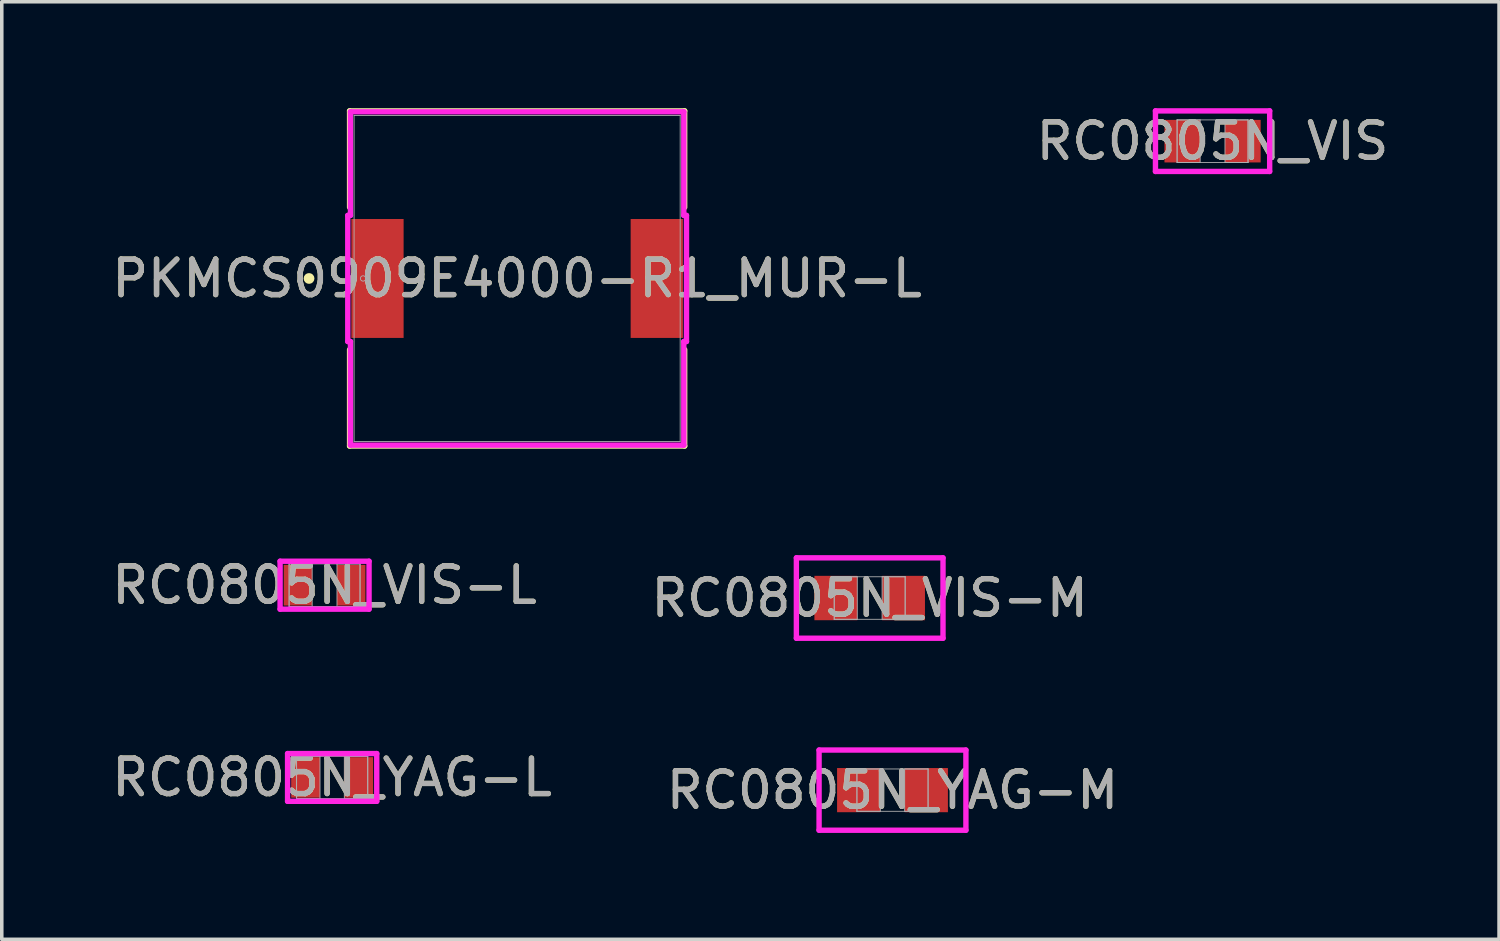
<source format=kicad_pcb>
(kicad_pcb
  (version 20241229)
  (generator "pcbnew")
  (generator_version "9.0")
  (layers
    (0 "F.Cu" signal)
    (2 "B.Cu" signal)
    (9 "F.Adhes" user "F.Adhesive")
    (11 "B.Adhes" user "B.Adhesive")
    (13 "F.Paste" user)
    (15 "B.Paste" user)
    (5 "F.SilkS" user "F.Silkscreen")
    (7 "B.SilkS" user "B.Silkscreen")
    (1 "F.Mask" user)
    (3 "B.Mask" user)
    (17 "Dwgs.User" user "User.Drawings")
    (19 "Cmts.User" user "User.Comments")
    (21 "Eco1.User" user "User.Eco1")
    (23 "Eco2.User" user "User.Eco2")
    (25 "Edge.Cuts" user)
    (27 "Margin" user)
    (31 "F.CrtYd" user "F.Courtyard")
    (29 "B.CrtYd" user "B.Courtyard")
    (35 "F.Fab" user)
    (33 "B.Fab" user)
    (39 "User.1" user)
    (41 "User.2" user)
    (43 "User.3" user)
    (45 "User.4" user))
  (footprint "RC0805N_VIS-M"
    (layer "F.Cu")
    (at 21.47 13.811)
    (property "Reference" "RC0805N_VIS-M" (at 0 0 0) (unlocked yes) (layer "F.SilkS") (effects (font (size 1 1) (thickness 0.15))))
    (attr smd)
    (fp_line (start -2.067 -1.133) (end 2.067 -1.133) (stroke (width 0.152) (type solid)) (layer "F.CrtYd"))
    (fp_line (start -2.067 1.133) (end -2.067 -1.133) (stroke (width 0.152) (type solid)) (layer "F.CrtYd"))
    (fp_line (start 2.067 -1.133) (end 2.067 1.133) (stroke (width 0.152) (type solid)) (layer "F.CrtYd"))
    (fp_line (start 2.067 1.133) (end -2.067 1.133) (stroke (width 0.152) (type solid)) (layer "F.CrtYd"))
    (fp_line (start -1 -0.6) (end -1 0.6) (stroke (width 0.025) (type solid)) (layer "F.Fab"))
    (fp_line (start -1 -0.6) (end -1 0.6) (stroke (width 0.025) (type solid)) (layer "F.Fab"))
    (fp_line (start -1 0.6) (end -0.35 0.6) (stroke (width 0.025) (type solid)) (layer "F.Fab"))
    (fp_line (start -1 0.6) (end 1 0.6) (stroke (width 0.025) (type solid)) (layer "F.Fab"))
    (fp_line (start -0.35 -0.6) (end -1 -0.6) (stroke (width 0.025) (type solid)) (layer "F.Fab"))
    (fp_line (start -0.35 0.6) (end -0.35 -0.6) (stroke (width 0.025) (type solid)) (layer "F.Fab"))
    (fp_line (start 0.35 -0.6) (end 0.35 0.6) (stroke (width 0.025) (type solid)) (layer "F.Fab"))
    (fp_line (start 0.35 0.6) (end 1 0.6) (stroke (width 0.025) (type solid)) (layer "F.Fab"))
    (fp_line (start 1 -0.6) (end -1 -0.6) (stroke (width 0.025) (type solid)) (layer "F.Fab"))
    (fp_line (start 1 -0.6) (end 0.35 -0.6) (stroke (width 0.025) (type solid)) (layer "F.Fab"))
    (fp_line (start 1 0.6) (end 1 -0.6) (stroke (width 0.025) (type solid)) (layer "F.Fab"))
    (fp_line (start 1 0.6) (end 1 -0.6) (stroke (width 0.025) (type solid)) (layer "F.Fab"))
    (fp_text user "${REFERENCE}" (at 0 0 0) (unlocked yes) (layer "F.Fab") (effects (font (size 1 1) (thickness 0.15))))
    (pad "1" smd rect (at -0.954 0) (size 1.209 1.251) (layers "F.Cu" "F.Mask" "F.Paste"))
    (pad "2" smd rect (at 0.954 0) (size 1.209 1.251) (layers "F.Cu" "F.Mask" "F.Paste"))
    (zone (net_name "") (layer "F.Cu") (hatch full 0.508) (connect_pads) (min_thickness 0.254) (filled_areas_thickness no) (keepout (tracks not_allowed) (vias not_allowed) (pads allowed) (copperpour not_allowed) (footprints allowed)) (placement (enabled no)) (fill) (polygon (pts (xy 21.171 13.262) (xy 21.769 13.262) (xy 21.769 14.36) (xy 21.171 14.36)))))
  (footprint "RC0805N_VIS"
    (layer "F.Cu")
    (at 31.137 0.93)
    (property "Reference" "RC0805N_VIS" (at 0 0 0) (unlocked yes) (layer "F.SilkS") (effects (font (size 1 1) (thickness 0.15))))
    (attr smd)
    (fp_line (start -1.61 -0.854) (end 1.61 -0.854) (stroke (width 0.152) (type solid)) (layer "F.CrtYd"))
    (fp_line (start -1.61 0.854) (end -1.61 -0.854) (stroke (width 0.152) (type solid)) (layer "F.CrtYd"))
    (fp_line (start 1.61 -0.854) (end 1.61 0.854) (stroke (width 0.152) (type solid)) (layer "F.CrtYd"))
    (fp_line (start 1.61 0.854) (end -1.61 0.854) (stroke (width 0.152) (type solid)) (layer "F.CrtYd"))
    (fp_line (start -1 -0.6) (end -1 0.6) (stroke (width 0.025) (type solid)) (layer "F.Fab"))
    (fp_line (start -1 -0.6) (end -1 0.6) (stroke (width 0.025) (type solid)) (layer "F.Fab"))
    (fp_line (start -1 0.6) (end -0.35 0.6) (stroke (width 0.025) (type solid)) (layer "F.Fab"))
    (fp_line (start -1 0.6) (end 1 0.6) (stroke (width 0.025) (type solid)) (layer "F.Fab"))
    (fp_line (start -0.35 -0.6) (end -1 -0.6) (stroke (width 0.025) (type solid)) (layer "F.Fab"))
    (fp_line (start -0.35 0.6) (end -0.35 -0.6) (stroke (width 0.025) (type solid)) (layer "F.Fab"))
    (fp_line (start 0.35 -0.6) (end 0.35 0.6) (stroke (width 0.025) (type solid)) (layer "F.Fab"))
    (fp_line (start 0.35 0.6) (end 1 0.6) (stroke (width 0.025) (type solid)) (layer "F.Fab"))
    (fp_line (start 1 -0.6) (end -1 -0.6) (stroke (width 0.025) (type solid)) (layer "F.Fab"))
    (fp_line (start 1 -0.6) (end 0.35 -0.6) (stroke (width 0.025) (type solid)) (layer "F.Fab"))
    (fp_line (start 1 0.6) (end 1 -0.6) (stroke (width 0.025) (type solid)) (layer "F.Fab"))
    (fp_line (start 1 0.6) (end 1 -0.6) (stroke (width 0.025) (type solid)) (layer "F.Fab"))
    (fp_text user "${REFERENCE}" (at 0 0 0) (unlocked yes) (layer "F.Fab") (effects (font (size 1 1) (thickness 0.15))))
    (pad "1" smd rect (at -0.853 0) (size 1.006 1.2) (layers "F.Cu" "F.Mask" "F.Paste"))
    (pad "2" smd rect (at 0.853 0) (size 1.006 1.2) (layers "F.Cu" "F.Mask" "F.Paste")))
  (footprint "RC0805N_YAG-M"
    (layer "F.Cu")
    (at 22.113 19.227)
    (property "Reference" "RC0805N_YAG-M" (at 0 0 0) (unlocked yes) (layer "F.SilkS") (effects (font (size 1 1) (thickness 0.15))))
    (attr smd)
    (fp_line (start -2.07 -1.13) (end 2.07 -1.13) (stroke (width 0.152) (type solid)) (layer "F.CrtYd"))
    (fp_line (start -2.07 1.13) (end -2.07 -1.13) (stroke (width 0.152) (type solid)) (layer "F.CrtYd"))
    (fp_line (start 2.07 -1.13) (end 2.07 1.13) (stroke (width 0.152) (type solid)) (layer "F.CrtYd"))
    (fp_line (start 2.07 1.13) (end -2.07 1.13) (stroke (width 0.152) (type solid)) (layer "F.CrtYd"))
    (fp_line (start -1.003 -0.597) (end -1.003 0.597) (stroke (width 0.025) (type solid)) (layer "F.Fab"))
    (fp_line (start -1.003 -0.597) (end -1.003 0.597) (stroke (width 0.025) (type solid)) (layer "F.Fab"))
    (fp_line (start -1.003 0.597) (end -0.343 0.597) (stroke (width 0.025) (type solid)) (layer "F.Fab"))
    (fp_line (start -1.003 0.597) (end 1.003 0.597) (stroke (width 0.025) (type solid)) (layer "F.Fab"))
    (fp_line (start -0.343 -0.597) (end -1.003 -0.597) (stroke (width 0.025) (type solid)) (layer "F.Fab"))
    (fp_line (start -0.343 0.597) (end -0.343 -0.597) (stroke (width 0.025) (type solid)) (layer "F.Fab"))
    (fp_line (start 0.343 -0.597) (end 0.343 0.597) (stroke (width 0.025) (type solid)) (layer "F.Fab"))
    (fp_line (start 0.343 0.597) (end 1.003 0.597) (stroke (width 0.025) (type solid)) (layer "F.Fab"))
    (fp_line (start 1.003 -0.597) (end -1.003 -0.597) (stroke (width 0.025) (type solid)) (layer "F.Fab"))
    (fp_line (start 1.003 -0.597) (end 0.343 -0.597) (stroke (width 0.025) (type solid)) (layer "F.Fab"))
    (fp_line (start 1.003 0.597) (end 1.003 -0.597) (stroke (width 0.025) (type solid)) (layer "F.Fab"))
    (fp_line (start 1.003 0.597) (end 1.003 -0.597) (stroke (width 0.025) (type solid)) (layer "F.Fab"))
    (fp_text user "${REFERENCE}" (at 0 0 0) (unlocked yes) (layer "F.Fab") (effects (font (size 1 1) (thickness 0.15))))
    (pad "1" smd rect (at -0.953 0) (size 1.219 1.245) (layers "F.Cu" "F.Mask" "F.Paste"))
    (pad "2" smd rect (at 0.953 0) (size 1.219 1.245) (layers "F.Cu" "F.Mask" "F.Paste"))
    (zone (net_name "") (layer "F.Cu") (hatch full 0.508) (connect_pads) (min_thickness 0.254) (filled_areas_thickness no) (keepout (tracks not_allowed) (vias not_allowed) (pads allowed) (copperpour not_allowed) (footprints allowed)) (placement (enabled no)) (fill) (polygon (pts (xy 21.821 18.681) (xy 22.405 18.681) (xy 22.405 19.773) (xy 21.821 19.773)))))
  (footprint "RC0805N_YAG-L"
    (layer "F.Cu")
    (at 6.315 18.869)
    (property "Reference" "RC0805N_YAG-L" (at 0 0 0) (unlocked yes) (layer "F.SilkS") (effects (font (size 1 1) (thickness 0.15))))
    (attr smd)
    (fp_line (start -1.257 -0.673) (end 1.257 -0.673) (stroke (width 0.152) (type solid)) (layer "F.CrtYd"))
    (fp_line (start -1.257 0.673) (end -1.257 -0.673) (stroke (width 0.152) (type solid)) (layer "F.CrtYd"))
    (fp_line (start 1.257 -0.673) (end 1.257 0.673) (stroke (width 0.152) (type solid)) (layer "F.CrtYd"))
    (fp_line (start 1.257 0.673) (end -1.257 0.673) (stroke (width 0.152) (type solid)) (layer "F.CrtYd"))
    (fp_line (start -1.003 -0.597) (end -1.003 0.597) (stroke (width 0.025) (type solid)) (layer "F.Fab"))
    (fp_line (start -1.003 -0.597) (end -1.003 0.597) (stroke (width 0.025) (type solid)) (layer "F.Fab"))
    (fp_line (start -1.003 0.597) (end -0.343 0.597) (stroke (width 0.025) (type solid)) (layer "F.Fab"))
    (fp_line (start -1.003 0.597) (end 1.003 0.597) (stroke (width 0.025) (type solid)) (layer "F.Fab"))
    (fp_line (start -0.343 -0.597) (end -1.003 -0.597) (stroke (width 0.025) (type solid)) (layer "F.Fab"))
    (fp_line (start -0.343 0.597) (end -0.343 -0.597) (stroke (width 0.025) (type solid)) (layer "F.Fab"))
    (fp_line (start 0.343 -0.597) (end 0.343 0.597) (stroke (width 0.025) (type solid)) (layer "F.Fab"))
    (fp_line (start 0.343 0.597) (end 1.003 0.597) (stroke (width 0.025) (type solid)) (layer "F.Fab"))
    (fp_line (start 1.003 -0.597) (end -1.003 -0.597) (stroke (width 0.025) (type solid)) (layer "F.Fab"))
    (fp_line (start 1.003 -0.597) (end 0.343 -0.597) (stroke (width 0.025) (type solid)) (layer "F.Fab"))
    (fp_line (start 1.003 0.597) (end 1.003 -0.597) (stroke (width 0.025) (type solid)) (layer "F.Fab"))
    (fp_line (start 1.003 0.597) (end 1.003 -0.597) (stroke (width 0.025) (type solid)) (layer "F.Fab"))
    (fp_text user "${REFERENCE}" (at 0 0 0) (unlocked yes) (layer "F.Fab") (effects (font (size 1 1) (thickness 0.15))))
    (pad "1" smd rect (at -0.749 0) (size 0.813 1.143) (layers "F.Cu" "F.Mask" "F.Paste"))
    (pad "2" smd rect (at 0.749 0) (size 0.813 1.143) (layers "F.Cu" "F.Mask" "F.Paste"))
    (zone (net_name "") (layer "F.Cu") (hatch full 0.508) (connect_pads) (min_thickness 0.254) (filled_areas_thickness no) (keepout (tracks not_allowed) (vias not_allowed) (pads allowed) (copperpour not_allowed) (footprints allowed)) (placement (enabled no)) (fill) (polygon (pts (xy 6.023 18.323) (xy 6.608 18.323) (xy 6.608 19.415) (xy 6.023 19.415)))))
  (footprint "PKMCS0909E4000-R1_MUR-L"
    (layer "F.Cu")
    (at 11.53 4.801)
    (property "Reference" "PKMCS0909E4000-R1_MUR-L" (at 0 0 0) (unlocked yes) (layer "F.SilkS") (effects (font (size 1 1) (thickness 0.15))))
    (attr smd)
    (fp_line (start -4.724 -4.724) (end -4.724 -2.005) (stroke (width 0.152) (type solid)) (layer "F.SilkS"))
    (fp_line (start -4.724 2.005) (end -4.724 4.724) (stroke (width 0.152) (type solid)) (layer "F.SilkS"))
    (fp_line (start -4.724 4.724) (end 4.724 4.724) (stroke (width 0.152) (type solid)) (layer "F.SilkS"))
    (fp_line (start 4.724 -4.724) (end -4.724 -4.724) (stroke (width 0.152) (type solid)) (layer "F.SilkS"))
    (fp_line (start 4.724 -2.005) (end 4.724 -4.724) (stroke (width 0.152) (type solid)) (layer "F.SilkS"))
    (fp_line (start 4.724 4.724) (end 4.724 2.005) (stroke (width 0.152) (type solid)) (layer "F.SilkS"))
    (fp_circle (center -5.867 0) (end -5.791 0) (stroke (width 0.152) (type solid)) (fill no) (layer "F.SilkS"))
    (fp_line (start -4.775 -1.778) (end -4.699 -1.778) (stroke (width 0.152) (type solid)) (layer "F.CrtYd"))
    (fp_line (start -4.775 1.778) (end -4.775 -1.778) (stroke (width 0.152) (type solid)) (layer "F.CrtYd"))
    (fp_line (start -4.699 -4.699) (end 4.699 -4.699) (stroke (width 0.152) (type solid)) (layer "F.CrtYd"))
    (fp_line (start -4.699 -1.778) (end -4.699 -4.699) (stroke (width 0.152) (type solid)) (layer "F.CrtYd"))
    (fp_line (start -4.699 1.778) (end -4.775 1.778) (stroke (width 0.152) (type solid)) (layer "F.CrtYd"))
    (fp_line (start -4.699 4.699) (end -4.699 1.778) (stroke (width 0.152) (type solid)) (layer "F.CrtYd"))
    (fp_line (start 4.699 -4.699) (end 4.699 -1.778) (stroke (width 0.152) (type solid)) (layer "F.CrtYd"))
    (fp_line (start 4.699 -1.778) (end 4.775 -1.778) (stroke (width 0.152) (type solid)) (layer "F.CrtYd"))
    (fp_line (start 4.699 1.778) (end 4.699 4.699) (stroke (width 0.152) (type solid)) (layer "F.CrtYd"))
    (fp_line (start 4.699 4.699) (end -4.699 4.699) (stroke (width 0.152) (type solid)) (layer "F.CrtYd"))
    (fp_line (start 4.775 -1.778) (end 4.775 1.778) (stroke (width 0.152) (type solid)) (layer "F.CrtYd"))
    (fp_line (start 4.775 1.778) (end 4.699 1.778) (stroke (width 0.152) (type solid)) (layer "F.CrtYd"))
    (fp_line (start -4.597 -4.597) (end -4.597 4.597) (stroke (width 0.025) (type solid)) (layer "F.Fab"))
    (fp_line (start -4.597 4.597) (end 4.597 4.597) (stroke (width 0.025) (type solid)) (layer "F.Fab"))
    (fp_line (start 4.597 -4.597) (end -4.597 -4.597) (stroke (width 0.025) (type solid)) (layer "F.Fab"))
    (fp_line (start 4.597 4.597) (end 4.597 -4.597) (stroke (width 0.025) (type solid)) (layer "F.Fab"))
    (fp_circle (center -4.343 0) (end -4.267 0) (stroke (width 0.025) (type solid)) (fill no) (layer "F.Fab"))
    (fp_text user "${REFERENCE}" (at 0 0 0) (unlocked yes) (layer "F.Fab") (effects (font (size 1 1) (thickness 0.15))))
    (pad "1" smd rect (at -3.937 0 90) (size 3.353 1.473) (layers "F.Cu" "F.Mask" "F.Paste"))
    (pad "2" smd rect (at 3.937 0 90) (size 3.353 1.473) (layers "F.Cu" "F.Mask" "F.Paste"))
    (zone (net_name "") (layer "F.Cu") (hatch full 0.508) (connect_pads) (min_thickness 0.254) (filled_areas_thickness no) (keepout (tracks not_allowed) (vias not_allowed) (pads allowed) (copperpour not_allowed) (footprints allowed)) (placement (enabled no)) (fill) (polygon (pts (xy 6.983 0.254) (xy 16.076 0.254) (xy 16.076 3.048) (xy 6.983 3.048))))
    (zone (net_name "") (layer "F.Cu") (hatch full 0.508) (connect_pads) (min_thickness 0.254) (filled_areas_thickness no) (keepout (tracks not_allowed) (vias not_allowed) (pads allowed) (copperpour not_allowed) (footprints allowed)) (placement (enabled no)) (fill) (polygon (pts (xy 6.983 6.553) (xy 16.076 6.553) (xy 16.076 9.347) (xy 6.983 9.347))))
    (zone (net_name "") (layer "F.Cu") (hatch full 0.508) (connect_pads) (min_thickness 0.254) (filled_areas_thickness no) (keepout (tracks not_allowed) (vias not_allowed) (pads allowed) (copperpour not_allowed) (footprints allowed)) (placement (enabled no)) (fill) (polygon (pts (xy 8.38 3.048) (xy 14.679 3.048) (xy 14.679 6.553) (xy 8.38 6.553)))))
  (footprint "RC0805N_VIS-L"
    (layer "F.Cu")
    (at 6.101 13.449)
    (property "Reference" "RC0805N_VIS-L" (at 0 0 0) (unlocked yes) (layer "F.SilkS") (effects (font (size 1 1) (thickness 0.15))))
    (attr smd)
    (fp_line (start -1.254 -0.676) (end 1.254 -0.676) (stroke (width 0.152) (type solid)) (layer "F.CrtYd"))
    (fp_line (start -1.254 0.676) (end -1.254 -0.676) (stroke (width 0.152) (type solid)) (layer "F.CrtYd"))
    (fp_line (start 1.254 -0.676) (end 1.254 0.676) (stroke (width 0.152) (type solid)) (layer "F.CrtYd"))
    (fp_line (start 1.254 0.676) (end -1.254 0.676) (stroke (width 0.152) (type solid)) (layer "F.CrtYd"))
    (fp_line (start -1 -0.6) (end -1 0.6) (stroke (width 0.025) (type solid)) (layer "F.Fab"))
    (fp_line (start -1 -0.6) (end -1 0.6) (stroke (width 0.025) (type solid)) (layer "F.Fab"))
    (fp_line (start -1 0.6) (end -0.35 0.6) (stroke (width 0.025) (type solid)) (layer "F.Fab"))
    (fp_line (start -1 0.6) (end 1 0.6) (stroke (width 0.025) (type solid)) (layer "F.Fab"))
    (fp_line (start -0.35 -0.6) (end -1 -0.6) (stroke (width 0.025) (type solid)) (layer "F.Fab"))
    (fp_line (start -0.35 0.6) (end -0.35 -0.6) (stroke (width 0.025) (type solid)) (layer "F.Fab"))
    (fp_line (start 0.35 -0.6) (end 0.35 0.6) (stroke (width 0.025) (type solid)) (layer "F.Fab"))
    (fp_line (start 0.35 0.6) (end 1 0.6) (stroke (width 0.025) (type solid)) (layer "F.Fab"))
    (fp_line (start 1 -0.6) (end -1 -0.6) (stroke (width 0.025) (type solid)) (layer "F.Fab"))
    (fp_line (start 1 -0.6) (end 0.35 -0.6) (stroke (width 0.025) (type solid)) (layer "F.Fab"))
    (fp_line (start 1 0.6) (end 1 -0.6) (stroke (width 0.025) (type solid)) (layer "F.Fab"))
    (fp_line (start 1 0.6) (end 1 -0.6) (stroke (width 0.025) (type solid)) (layer "F.Fab"))
    (fp_text user "${REFERENCE}" (at 0 0 0) (unlocked yes) (layer "F.Fab") (effects (font (size 1 1) (thickness 0.15))))
    (pad "1" smd rect (at -0.751 0) (size 0.802 1.149) (layers "F.Cu" "F.Mask" "F.Paste"))
    (pad "2" smd rect (at 0.751 0) (size 0.802 1.149) (layers "F.Cu" "F.Mask" "F.Paste"))
    (zone (net_name "") (layer "F.Cu") (hatch full 0.508) (connect_pads) (min_thickness 0.254) (filled_areas_thickness no) (keepout (tracks not_allowed) (vias not_allowed) (pads allowed) (copperpour not_allowed) (footprints allowed)) (placement (enabled no)) (fill) (polygon (pts (xy 5.802 12.9) (xy 6.4 12.9) (xy 6.4 13.999) (xy 5.802 13.999)))))
  (gr_rect
    (start -3 -3)
    (end 39.214 23.433)
    (stroke (width 0.1) (type default))
    (fill no)
    (layer "Edge.Cuts")))
</source>
